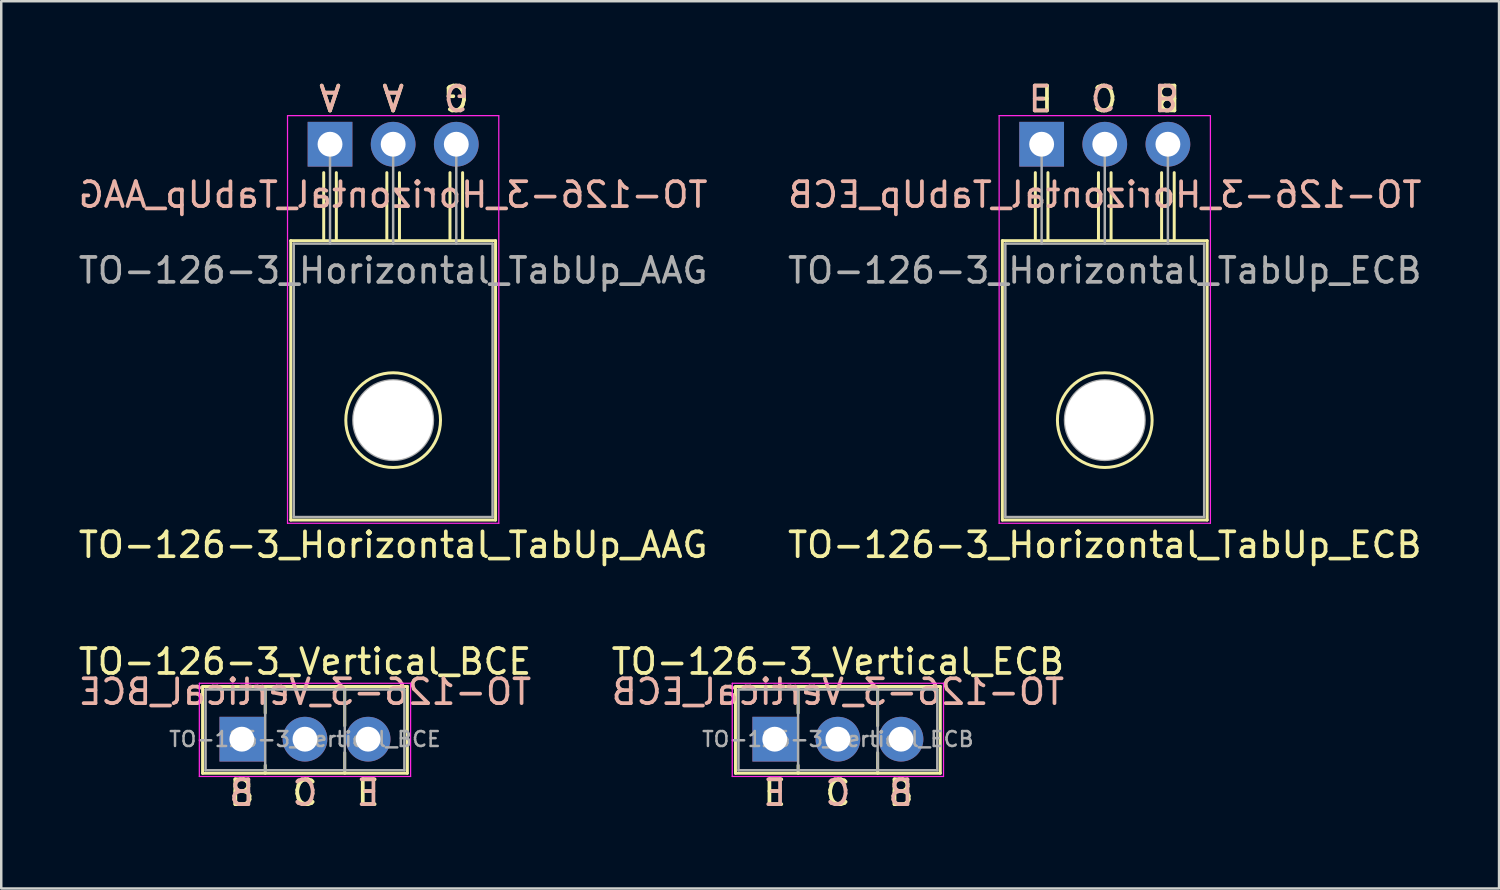
<source format=kicad_pcb>
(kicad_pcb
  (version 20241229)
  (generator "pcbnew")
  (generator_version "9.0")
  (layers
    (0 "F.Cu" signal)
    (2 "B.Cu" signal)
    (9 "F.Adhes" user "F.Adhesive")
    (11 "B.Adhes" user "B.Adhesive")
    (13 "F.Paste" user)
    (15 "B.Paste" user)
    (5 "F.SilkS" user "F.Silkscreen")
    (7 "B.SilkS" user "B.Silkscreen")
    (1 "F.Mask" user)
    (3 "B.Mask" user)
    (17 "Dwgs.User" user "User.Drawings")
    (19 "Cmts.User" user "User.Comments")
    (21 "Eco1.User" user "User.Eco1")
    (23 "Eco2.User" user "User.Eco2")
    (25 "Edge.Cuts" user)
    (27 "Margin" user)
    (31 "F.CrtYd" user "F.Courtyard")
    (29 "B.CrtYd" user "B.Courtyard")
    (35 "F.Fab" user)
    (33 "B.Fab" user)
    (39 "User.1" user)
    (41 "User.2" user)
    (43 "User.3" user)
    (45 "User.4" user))
  (footprint "TO-126-3_Vertical_ECB"
    (layer "F.Cu")
    (at 28.121 26.69)
    (property "Reference" "TO-126-3_Vertical_ECB" (at 2.54 -3.12 0) (layer "F.SilkS") (effects (font (size 1 1) (thickness 0.15))))
    (fp_line (start -1.58 -2.12) (end -1.58 1.37) (stroke (width 0.12) (type solid)) (layer "F.SilkS"))
    (fp_line (start -1.58 -2.12) (end 6.66 -2.12) (stroke (width 0.12) (type solid)) (layer "F.SilkS"))
    (fp_line (start -1.58 1.37) (end 6.66 1.37) (stroke (width 0.12) (type solid)) (layer "F.SilkS"))
    (fp_line (start 0.94 -2.12) (end 0.94 -1.05) (stroke (width 0.12) (type solid)) (layer "F.SilkS"))
    (fp_line (start 0.94 1.05) (end 0.94 1.37) (stroke (width 0.12) (type solid)) (layer "F.SilkS"))
    (fp_line (start 4.141 -2.12) (end 4.141 -0.54) (stroke (width 0.12) (type solid)) (layer "F.SilkS"))
    (fp_line (start 4.141 0.54) (end 4.141 1.37) (stroke (width 0.12) (type solid)) (layer "F.SilkS"))
    (fp_line (start 6.66 -2.12) (end 6.66 1.37) (stroke (width 0.12) (type solid)) (layer "F.SilkS"))
    (fp_line (start -1.71 -2.25) (end -1.71 1.5) (stroke (width 0.05) (type solid)) (layer "F.CrtYd"))
    (fp_line (start -1.71 1.5) (end 6.79 1.5) (stroke (width 0.05) (type solid)) (layer "F.CrtYd"))
    (fp_line (start 6.79 -2.25) (end -1.71 -2.25) (stroke (width 0.05) (type solid)) (layer "F.CrtYd"))
    (fp_line (start 6.79 1.5) (end 6.79 -2.25) (stroke (width 0.05) (type solid)) (layer "F.CrtYd"))
    (fp_line (start -1.46 -2) (end -1.46 1.25) (stroke (width 0.1) (type solid)) (layer "F.Fab"))
    (fp_line (start -1.46 1.25) (end 6.54 1.25) (stroke (width 0.1) (type solid)) (layer "F.Fab"))
    (fp_line (start 0.94 -2) (end 0.94 1.25) (stroke (width 0.1) (type solid)) (layer "F.Fab"))
    (fp_line (start 4.14 -2) (end 4.14 1.25) (stroke (width 0.1) (type solid)) (layer "F.Fab"))
    (fp_line (start 6.54 -2) (end -1.46 -2) (stroke (width 0.1) (type solid)) (layer "F.Fab"))
    (fp_line (start 6.54 1.25) (end 6.54 -2) (stroke (width 0.1) (type solid)) (layer "F.Fab"))
    (fp_text user "C" (at 2.54 2.159 0) (unlocked yes) (layer "F.SilkS") (effects (font (size 1 1) (thickness 0.15))))
    (fp_text user "E" (at 0 2.159 0) (unlocked yes) (layer "F.SilkS") (effects (font (size 1 1) (thickness 0.15))))
    (fp_text user "B" (at 5.08 2.159 0) (unlocked yes) (layer "F.SilkS") (effects (font (size 1 1) (thickness 0.15))))
    (fp_text user "E" (at 0 2.159 0) (unlocked yes) (layer "B.SilkS") (effects (font (size 1 1) (thickness 0.15)) (justify mirror)))
    (fp_text user "${REFERENCE}" (at 2.54 -1.905 0) (layer "B.SilkS") (effects (font (size 1 1) (thickness 0.15)) (justify mirror)))
    (fp_text user "B" (at 5.077 2.159 0) (unlocked yes) (layer "B.SilkS") (effects (font (size 1 1) (thickness 0.15)) (justify mirror)))
    (fp_text user "C" (at 2.54 2.159 0) (unlocked yes) (layer "B.SilkS") (effects (font (size 1 1) (thickness 0.15)) (justify mirror)))
    (fp_text user "${REFERENCE}" (at 2.54 0 0) (layer "F.Fab") (effects (font (size 0.6 0.6) (thickness 0.1))))
    (pad "1" thru_hole rect (at 0 0) (size 1.8 1.8) (drill 1) (layers "*.Cu" "*.Mask"))
    (pad "2" thru_hole oval (at 2.54 0) (size 1.8 1.8) (drill 1) (layers "*.Cu" "*.Mask"))
    (pad "3" thru_hole oval (at 5.08 0) (size 1.8 1.8) (drill 1) (layers "*.Cu" "*.Mask")))
  (footprint "TO-126-3_Horizontal_TabUp_ECB"
    (layer "F.Cu")
    (at 38.859 2.753)
    (property "Reference" "TO-126-3_Horizontal_TabUp_ECB" (at 2.54 16.12 0) (layer "F.SilkS") (effects (font (size 1 1) (thickness 0.15))))
    (fp_line (start -1.58 3.88) (end -1.58 15.12) (stroke (width 0.12) (type solid)) (layer "F.SilkS"))
    (fp_line (start -1.58 3.88) (end 6.66 3.88) (stroke (width 0.12) (type solid)) (layer "F.SilkS"))
    (fp_line (start -1.58 15.12) (end 6.66 15.12) (stroke (width 0.12) (type solid)) (layer "F.SilkS"))
    (fp_line (start -0.254 3.873) (end -0.254 1.143) (stroke (width 0.12) (type solid)) (layer "F.SilkS"))
    (fp_line (start 0.254 1.143) (end 0.254 3.873) (stroke (width 0.12) (type solid)) (layer "F.SilkS"))
    (fp_line (start 2.286 3.873) (end 2.286 1.143) (stroke (width 0.12) (type solid)) (layer "F.SilkS"))
    (fp_line (start 2.794 1.143) (end 2.794 3.873) (stroke (width 0.12) (type solid)) (layer "F.SilkS"))
    (fp_line (start 4.826 3.873) (end 4.826 1.143) (stroke (width 0.12) (type solid)) (layer "F.SilkS"))
    (fp_line (start 5.334 1.143) (end 5.334 3.873) (stroke (width 0.12) (type solid)) (layer "F.SilkS"))
    (fp_line (start 6.66 3.88) (end 6.66 15.12) (stroke (width 0.12) (type solid)) (layer "F.SilkS"))
    (fp_circle (center 2.54 11.1) (end 0.635 11.125) (stroke (width 0.12) (type solid)) (fill no) (layer "F.SilkS"))
    (fp_line (start -1.71 -1.15) (end -1.71 15.25) (stroke (width 0.05) (type solid)) (layer "F.CrtYd"))
    (fp_line (start -1.71 15.25) (end 6.79 15.25) (stroke (width 0.05) (type solid)) (layer "F.CrtYd"))
    (fp_line (start 6.79 -1.15) (end -1.71 -1.15) (stroke (width 0.05) (type solid)) (layer "F.CrtYd"))
    (fp_line (start 6.79 15.25) (end 6.79 -1.15) (stroke (width 0.05) (type solid)) (layer "F.CrtYd"))
    (fp_line (start -1.46 4) (end -1.46 15) (stroke (width 0.1) (type solid)) (layer "F.Fab"))
    (fp_line (start -1.46 15) (end 6.54 15) (stroke (width 0.1) (type solid)) (layer "F.Fab"))
    (fp_line (start 0 4) (end 0 0) (stroke (width 0.1) (type solid)) (layer "F.Fab"))
    (fp_line (start 2.54 4) (end 2.54 0) (stroke (width 0.1) (type solid)) (layer "F.Fab"))
    (fp_line (start 5.08 4) (end 5.08 0) (stroke (width 0.1) (type solid)) (layer "F.Fab"))
    (fp_line (start 6.54 4) (end -1.46 4) (stroke (width 0.1) (type solid)) (layer "F.Fab"))
    (fp_line (start 6.54 15) (end 6.54 4) (stroke (width 0.1) (type solid)) (layer "F.Fab"))
    (fp_circle (center 2.54 11.1) (end 4.14 11.1) (stroke (width 0.1) (type solid)) (fill no) (layer "F.Fab"))
    (fp_text user "C" (at 2.54 -1.905 180) (unlocked yes) (layer "F.SilkS") (effects (font (size 1 1) (thickness 0.15))))
    (fp_text user "B" (at 5.08 -1.905 180) (unlocked yes) (layer "F.SilkS") (effects (font (size 1 1) (thickness 0.15))))
    (fp_text user "E" (at 0 -1.905 180) (unlocked yes) (layer "F.SilkS") (effects (font (size 1 1) (thickness 0.15))))
    (fp_text user "${REFERENCE}" (at 2.54 2.032 0) (layer "B.SilkS") (effects (font (size 1 1) (thickness 0.15)) (justify mirror)))
    (fp_text user "B" (at 5.016 -1.905 180) (unlocked yes) (layer "B.SilkS") (effects (font (size 1 1) (thickness 0.15)) (justify mirror)))
    (fp_text user "E" (at -0.064 -1.905 180) (unlocked yes) (layer "B.SilkS") (effects (font (size 1 1) (thickness 0.15)) (justify mirror)))
    (fp_text user "C" (at 2.477 -1.905 180) (unlocked yes) (layer "B.SilkS") (effects (font (size 1 1) (thickness 0.15)) (justify mirror)))
    (fp_text user "${REFERENCE}" (at 2.54 5.08 0) (layer "F.Fab") (effects (font (size 1 1) (thickness 0.15))))
    (pad "" np_thru_hole oval (at 2.54 11.1) (size 3.2 3.2) (drill 3.2) (layers "*.Cu" "*.Mask"))
    (pad "1" thru_hole rect (at 0 0) (size 1.8 1.8) (drill 1) (layers "*.Cu" "*.Mask"))
    (pad "2" thru_hole oval (at 2.54 0) (size 1.8 1.8) (drill 1) (layers "*.Cu" "*.Mask"))
    (pad "3" thru_hole oval (at 5.08 0) (size 1.8 1.8) (drill 1) (layers "*.Cu" "*.Mask")))
  (footprint "TO-126-3_Horizontal_TabUp_AAG"
    (layer "F.Cu")
    (at 10.228 2.753)
    (property "Reference" "TO-126-3_Horizontal_TabUp_AAG" (at 2.54 16.12 0) (layer "F.SilkS") (effects (font (size 1 1) (thickness 0.15))))
    (fp_line (start -1.58 3.88) (end -1.58 15.12) (stroke (width 0.12) (type solid)) (layer "F.SilkS"))
    (fp_line (start -1.58 3.88) (end 6.66 3.88) (stroke (width 0.12) (type solid)) (layer "F.SilkS"))
    (fp_line (start -1.58 15.12) (end 6.66 15.12) (stroke (width 0.12) (type solid)) (layer "F.SilkS"))
    (fp_line (start -0.254 3.873) (end -0.254 1.143) (stroke (width 0.12) (type solid)) (layer "F.SilkS"))
    (fp_line (start 0.254 1.143) (end 0.254 3.873) (stroke (width 0.12) (type solid)) (layer "F.SilkS"))
    (fp_line (start 2.286 3.873) (end 2.286 1.143) (stroke (width 0.12) (type solid)) (layer "F.SilkS"))
    (fp_line (start 2.794 1.143) (end 2.794 3.873) (stroke (width 0.12) (type solid)) (layer "F.SilkS"))
    (fp_line (start 4.826 3.873) (end 4.826 1.143) (stroke (width 0.12) (type solid)) (layer "F.SilkS"))
    (fp_line (start 5.334 1.143) (end 5.334 3.873) (stroke (width 0.12) (type solid)) (layer "F.SilkS"))
    (fp_line (start 6.66 3.88) (end 6.66 15.12) (stroke (width 0.12) (type solid)) (layer "F.SilkS"))
    (fp_circle (center 2.54 11.1) (end 0.635 11.125) (stroke (width 0.12) (type solid)) (fill no) (layer "F.SilkS"))
    (fp_line (start -1.71 -1.15) (end -1.71 15.25) (stroke (width 0.05) (type solid)) (layer "F.CrtYd"))
    (fp_line (start -1.71 15.25) (end 6.79 15.25) (stroke (width 0.05) (type solid)) (layer "F.CrtYd"))
    (fp_line (start 6.79 -1.15) (end -1.71 -1.15) (stroke (width 0.05) (type solid)) (layer "F.CrtYd"))
    (fp_line (start 6.79 15.25) (end 6.79 -1.15) (stroke (width 0.05) (type solid)) (layer "F.CrtYd"))
    (fp_line (start -1.46 4) (end -1.46 15) (stroke (width 0.1) (type solid)) (layer "F.Fab"))
    (fp_line (start -1.46 15) (end 6.54 15) (stroke (width 0.1) (type solid)) (layer "F.Fab"))
    (fp_line (start 0 4) (end 0 0) (stroke (width 0.1) (type solid)) (layer "F.Fab"))
    (fp_line (start 2.54 4) (end 2.54 0) (stroke (width 0.1) (type solid)) (layer "F.Fab"))
    (fp_line (start 5.08 4) (end 5.08 0) (stroke (width 0.1) (type solid)) (layer "F.Fab"))
    (fp_line (start 6.54 4) (end -1.46 4) (stroke (width 0.1) (type solid)) (layer "F.Fab"))
    (fp_line (start 6.54 15) (end 6.54 4) (stroke (width 0.1) (type solid)) (layer "F.Fab"))
    (fp_circle (center 2.54 11.1) (end 4.14 11.1) (stroke (width 0.1) (type solid)) (fill no) (layer "F.Fab"))
    (fp_text user "A" (at 2.54 -1.905 180) (unlocked yes) (layer "F.SilkS") (effects (font (size 1 1) (thickness 0.15))))
    (fp_text user "A" (at 0 -1.905 180) (unlocked yes) (layer "F.SilkS") (effects (font (size 1 1) (thickness 0.15))))
    (fp_text user "G" (at 5.08 -1.905 180) (unlocked yes) (layer "F.SilkS") (effects (font (size 1 1) (thickness 0.15))))
    (fp_text user "${REFERENCE}" (at 2.54 2.032 0) (layer "B.SilkS") (effects (font (size 1 1) (thickness 0.15)) (justify mirror)))
    (fp_text user "A" (at 0 -1.905 180) (unlocked yes) (layer "B.SilkS") (effects (font (size 1 1) (thickness 0.15)) (justify mirror)))
    (fp_text user "G" (at 5.08 -1.905 180) (unlocked yes) (layer "B.SilkS") (effects (font (size 1 1) (thickness 0.15)) (justify mirror)))
    (fp_text user "A" (at 2.54 -1.905 180) (unlocked yes) (layer "B.SilkS") (effects (font (size 1 1) (thickness 0.15)) (justify mirror)))
    (fp_text user "${REFERENCE}" (at 2.54 5.08 0) (layer "F.Fab") (effects (font (size 1 1) (thickness 0.15))))
    (pad "" np_thru_hole oval (at 2.54 11.1) (size 3.2 3.2) (drill 3.2) (layers "*.Cu" "*.Mask"))
    (pad "1" thru_hole rect (at 0 0) (size 1.8 1.8) (drill 1) (layers "*.Cu" "*.Mask"))
    (pad "2" thru_hole oval (at 2.54 0) (size 1.8 1.8) (drill 1) (layers "*.Cu" "*.Mask"))
    (pad "3" thru_hole oval (at 5.08 0) (size 1.8 1.8) (drill 1) (layers "*.Cu" "*.Mask")))
  (footprint "TO-126-3_Vertical_BCE"
    (layer "F.Cu")
    (at 6.68 26.69)
    (property "Reference" "TO-126-3_Vertical_BCE" (at 2.54 -3.12 0) (layer "F.SilkS") (effects (font (size 1 1) (thickness 0.15))))
    (fp_line (start -1.58 -2.12) (end -1.58 1.37) (stroke (width 0.12) (type solid)) (layer "F.SilkS"))
    (fp_line (start -1.58 -2.12) (end 6.66 -2.12) (stroke (width 0.12) (type solid)) (layer "F.SilkS"))
    (fp_line (start -1.58 1.37) (end 6.66 1.37) (stroke (width 0.12) (type solid)) (layer "F.SilkS"))
    (fp_line (start 0.94 -2.12) (end 0.94 -1.05) (stroke (width 0.12) (type solid)) (layer "F.SilkS"))
    (fp_line (start 0.94 1.05) (end 0.94 1.37) (stroke (width 0.12) (type solid)) (layer "F.SilkS"))
    (fp_line (start 4.141 -2.12) (end 4.141 -0.54) (stroke (width 0.12) (type solid)) (layer "F.SilkS"))
    (fp_line (start 4.141 0.54) (end 4.141 1.37) (stroke (width 0.12) (type solid)) (layer "F.SilkS"))
    (fp_line (start 6.66 -2.12) (end 6.66 1.37) (stroke (width 0.12) (type solid)) (layer "F.SilkS"))
    (fp_line (start -1.71 -2.25) (end -1.71 1.5) (stroke (width 0.05) (type solid)) (layer "F.CrtYd"))
    (fp_line (start -1.71 1.5) (end 6.79 1.5) (stroke (width 0.05) (type solid)) (layer "F.CrtYd"))
    (fp_line (start 6.79 -2.25) (end -1.71 -2.25) (stroke (width 0.05) (type solid)) (layer "F.CrtYd"))
    (fp_line (start 6.79 1.5) (end 6.79 -2.25) (stroke (width 0.05) (type solid)) (layer "F.CrtYd"))
    (fp_line (start -1.46 -2) (end -1.46 1.25) (stroke (width 0.1) (type solid)) (layer "F.Fab"))
    (fp_line (start -1.46 1.25) (end 6.54 1.25) (stroke (width 0.1) (type solid)) (layer "F.Fab"))
    (fp_line (start 0.94 -2) (end 0.94 1.25) (stroke (width 0.1) (type solid)) (layer "F.Fab"))
    (fp_line (start 4.14 -2) (end 4.14 1.25) (stroke (width 0.1) (type solid)) (layer "F.Fab"))
    (fp_line (start 6.54 -2) (end -1.46 -2) (stroke (width 0.1) (type solid)) (layer "F.Fab"))
    (fp_line (start 6.54 1.25) (end 6.54 -2) (stroke (width 0.1) (type solid)) (layer "F.Fab"))
    (fp_text user "B" (at 0 2.159 0) (unlocked yes) (layer "F.SilkS") (effects (font (size 1 1) (thickness 0.15))))
    (fp_text user "E" (at 5.08 2.159 0) (unlocked yes) (layer "F.SilkS") (effects (font (size 1 1) (thickness 0.15))))
    (fp_text user "C" (at 2.54 2.159 0) (unlocked yes) (layer "F.SilkS") (effects (font (size 1 1) (thickness 0.15))))
    (fp_text user "${REFERENCE}" (at 2.54 -1.905 0) (layer "B.SilkS") (effects (font (size 1 1) (thickness 0.15)) (justify mirror)))
    (fp_text user "B" (at 0 2.159 0) (unlocked yes) (layer "B.SilkS") (effects (font (size 1 1) (thickness 0.15)) (justify mirror)))
    (fp_text user "C" (at 2.54 2.159 0) (unlocked yes) (layer "B.SilkS") (effects (font (size 1 1) (thickness 0.15)) (justify mirror)))
    (fp_text user "E" (at 5.08 2.159 0) (unlocked yes) (layer "B.SilkS") (effects (font (size 1 1) (thickness 0.15)) (justify mirror)))
    (fp_text user "${REFERENCE}" (at 2.54 0 0) (layer "F.Fab") (effects (font (size 0.6 0.6) (thickness 0.1))))
    (pad "1" thru_hole rect (at 0 0) (size 1.8 1.8) (drill 1) (layers "*.Cu" "*.Mask"))
    (pad "2" thru_hole oval (at 2.54 0) (size 1.8 1.8) (drill 1) (layers "*.Cu" "*.Mask"))
    (pad "3" thru_hole oval (at 5.08 0) (size 1.8 1.8) (drill 1) (layers "*.Cu" "*.Mask")))
  (gr_rect
    (start -3 -3)
    (end 57.262 32.697)
    (stroke (width 0.1) (type default))
    (fill no)
    (layer "Edge.Cuts")))
</source>
